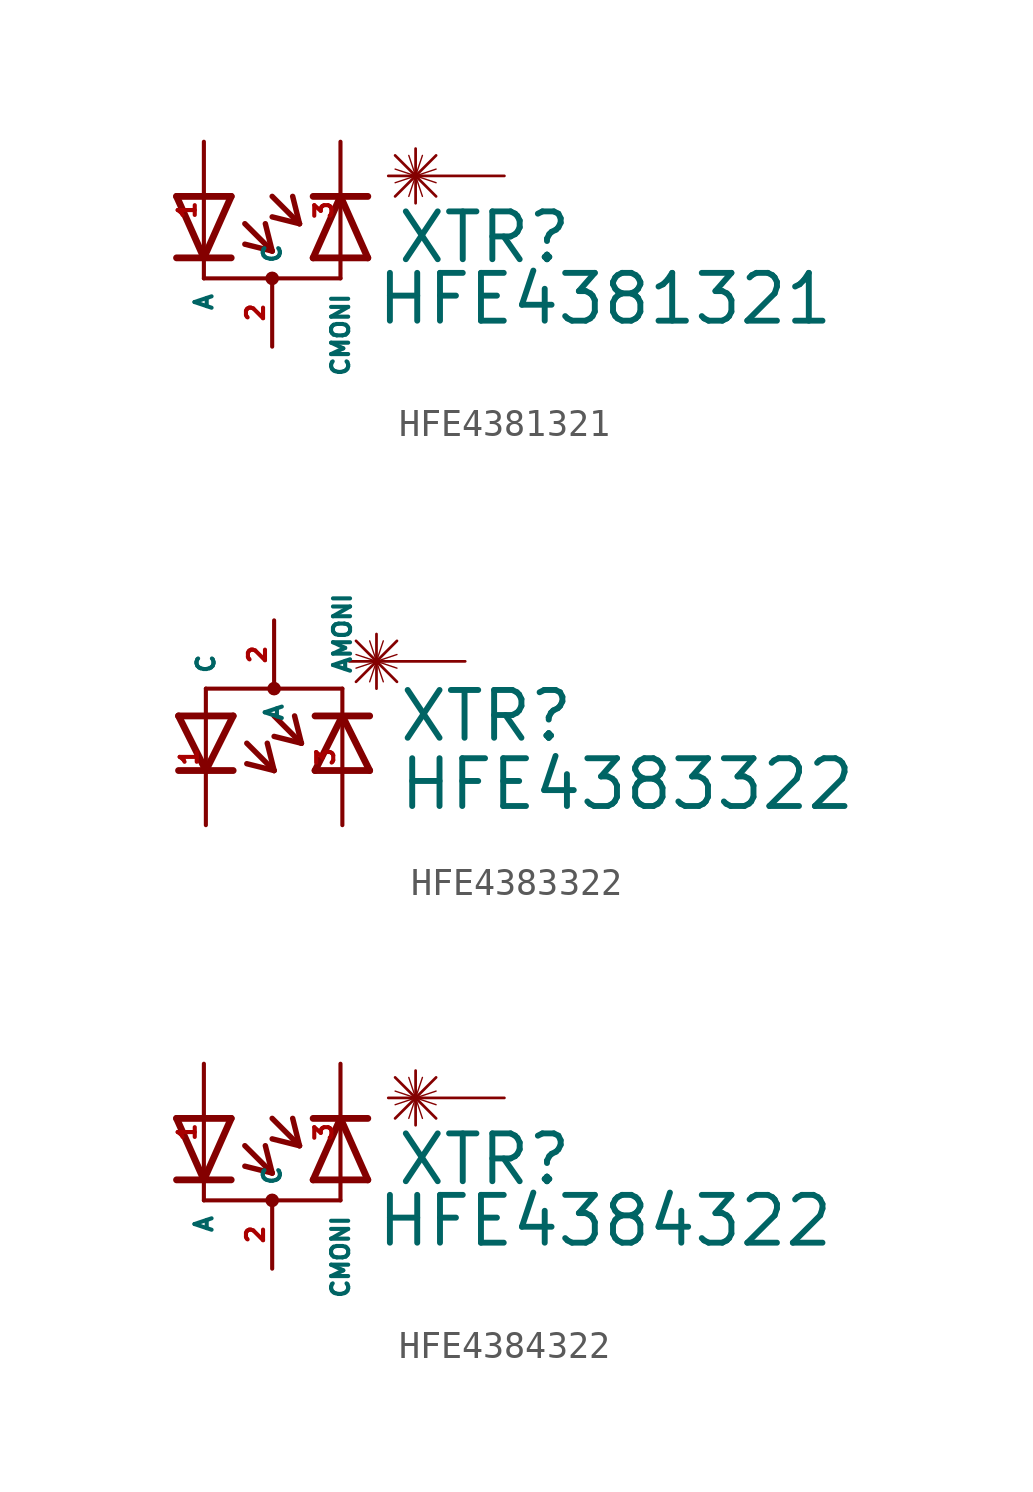
<source format=kicad_sym>
(kicad_symbol_lib
  (version 20220914)
  (generator Eagle2Kicad)
  (symbol "HFE4381321"
    (property "Reference" "XTR"
      (at 4.572 -2.057 0)
      (effects (font (size 1.778 1.778) (thickness 0.22)) (justify left bottom)))
    (property "Value" "HFE4381321"
      (at 3.81 -4.343 0)
      (effects (font (size 1.778 1.778) (thickness 0.22)) (justify left bottom)))
    (polyline
      (pts (xy -3.556 0.508) (xy -2.54 -1.778))
      (stroke (width 0.254) (type default))
      (fill (type none)))
    (polyline
      (pts (xy -2.54 -1.778) (xy -1.524 0.508))
      (stroke (width 0.254) (type default))
      (fill (type none)))
    (polyline
      (pts (xy -1.524 -1.778) (xy -2.54 -1.778))
      (stroke (width 0.254) (type default))
      (fill (type none)))
    (polyline
      (pts (xy -1.524 0.508) (xy -3.556 0.508))
      (stroke (width 0.254) (type default))
      (fill (type none)))
    (polyline
      (pts (xy -2.54 -1.778) (xy -3.556 -1.778))
      (stroke (width 0.254) (type default))
      (fill (type none)))
    (polyline
      (pts (xy 0 0.508) (xy 1.016 -0.508))
      (stroke (width 0.203) (type default))
      (fill (type none)))
    (polyline
      (pts (xy 1.016 -0.508) (xy 0 -0.254))
      (stroke (width 0.203) (type default))
      (fill (type none)))
    (polyline
      (pts (xy 1.016 -0.508) (xy 0.762 0.508))
      (stroke (width 0.203) (type default))
      (fill (type none)))
    (polyline
      (pts (xy -1.016 -0.508) (xy 0 -1.524))
      (stroke (width 0.203) (type default))
      (fill (type none)))
    (polyline
      (pts (xy 0 -1.524) (xy -1.016 -1.27))
      (stroke (width 0.203) (type default))
      (fill (type none)))
    (polyline
      (pts (xy 0 -1.524) (xy -0.254 -0.508))
      (stroke (width 0.203) (type default))
      (fill (type none)))
    (polyline
      (pts (xy 8.636 1.27) (xy 4.318 1.27))
      (stroke (width 0.102) (type default))
      (fill (type none)))
    (polyline
      (pts (xy 5.334 2.286) (xy 5.334 0.254))
      (stroke (width 0.102) (type default))
      (fill (type none)))
    (polyline
      (pts (xy 6.096 2.032) (xy 4.572 0.508))
      (stroke (width 0.102) (type default))
      (fill (type none)))
    (polyline
      (pts (xy 4.572 2.032) (xy 6.096 0.508))
      (stroke (width 0.102) (type default))
      (fill (type none)))
    (polyline
      (pts (xy 5.08 2.032) (xy 5.588 0.508))
      (stroke (width 0.051) (type default))
      (fill (type none)))
    (polyline
      (pts (xy 5.588 2.032) (xy 5.08 0.508))
      (stroke (width 0.051) (type default))
      (fill (type none)))
    (polyline
      (pts (xy 4.572 1.524) (xy 6.096 1.016))
      (stroke (width 0.051) (type default))
      (fill (type none)))
    (polyline
      (pts (xy 6.096 1.524) (xy 4.572 1.016))
      (stroke (width 0.051) (type default))
      (fill (type none)))
    (polyline
      (pts (xy 1.524 -1.778) (xy 3.556 -1.778))
      (stroke (width 0.254) (type default))
      (fill (type none)))
    (polyline
      (pts (xy 2.54 0.508) (xy 1.524 -1.778))
      (stroke (width 0.254) (type default))
      (fill (type none)))
    (polyline
      (pts (xy 3.556 -1.778) (xy 2.54 0.508))
      (stroke (width 0.254) (type default))
      (fill (type none)))
    (polyline
      (pts (xy 1.524 0.508) (xy 2.54 0.508))
      (stroke (width 0.254) (type default))
      (fill (type none)))
    (polyline
      (pts (xy 2.54 0.508) (xy 3.556 0.508))
      (stroke (width 0.254) (type default))
      (fill (type none)))
    (polyline
      (pts (xy 2.54 -2.54) (xy -2.54 -2.54))
      (stroke (width 0.152) (type default))
      (fill (type none)))
    (circle
      (center 0 -2.54)
      (radius 0.127)
      (stroke (width 0.254) (type default))
      (fill (type none)))
    (pin passive line
      (at -2.54 2.54 270)
      (length 5.08)
      (name "A" (effects (font (size 0.635 0.635) (thickness 0.08)) (justify left bottom)))
      (number "1" (effects (font (size 0.635 0.635) (thickness 0.08)) (justify left bottom))))
    (pin passive line
      (at 0 -5.08 90)
      (length 2.54)
      (name "C" (effects (font (size 0.635 0.635) (thickness 0.08)) (justify left bottom)))
      (number "2" (effects (font (size 0.635 0.635) (thickness 0.08)) (justify left bottom))))
    (pin passive line
      (at 2.54 2.54 270)
      (length 5.08)
      (name "CMONI" (effects (font (size 0.635 0.635) (thickness 0.08)) (justify left bottom)))
      (number "3" (effects (font (size 0.635 0.635) (thickness 0.08)) (justify left bottom)))))
  (symbol "HFE4383322"
    (property "Reference" "XTR"
      (at 4.572 0.483 0)
      (effects (font (size 1.778 1.778) (thickness 0.22)) (justify left bottom)))
    (property "Value" "HFE4383322"
      (at 4.572 -2.057 0)
      (effects (font (size 1.778 1.778) (thickness 0.22)) (justify left bottom)))
    (polyline
      (pts (xy -3.556 1.524) (xy -2.54 -0.508))
      (stroke (width 0.254) (type default))
      (fill (type none)))
    (polyline
      (pts (xy -2.54 -0.508) (xy -1.524 1.524))
      (stroke (width 0.254) (type default))
      (fill (type none)))
    (polyline
      (pts (xy -1.524 -0.508) (xy -2.54 -0.508))
      (stroke (width 0.254) (type default))
      (fill (type none)))
    (polyline
      (pts (xy -1.524 1.524) (xy -3.556 1.524))
      (stroke (width 0.254) (type default))
      (fill (type none)))
    (polyline
      (pts (xy -2.54 -0.508) (xy -3.556 -0.508))
      (stroke (width 0.254) (type default))
      (fill (type none)))
    (polyline
      (pts (xy 0 1.524) (xy 1.016 0.508))
      (stroke (width 0.203) (type default))
      (fill (type none)))
    (polyline
      (pts (xy 1.016 0.508) (xy 0 0.762))
      (stroke (width 0.203) (type default))
      (fill (type none)))
    (polyline
      (pts (xy 1.016 0.508) (xy 0.762 1.524))
      (stroke (width 0.203) (type default))
      (fill (type none)))
    (polyline
      (pts (xy -1.016 0.508) (xy 0 -0.508))
      (stroke (width 0.203) (type default))
      (fill (type none)))
    (polyline
      (pts (xy 0 -0.508) (xy -1.016 -0.254))
      (stroke (width 0.203) (type default))
      (fill (type none)))
    (polyline
      (pts (xy 0 -0.508) (xy -0.254 0.508))
      (stroke (width 0.203) (type default))
      (fill (type none)))
    (polyline
      (pts (xy 7.112 3.556) (xy 2.794 3.556))
      (stroke (width 0.102) (type default))
      (fill (type none)))
    (polyline
      (pts (xy 3.81 4.572) (xy 3.81 2.54))
      (stroke (width 0.102) (type default))
      (fill (type none)))
    (polyline
      (pts (xy 4.572 4.318) (xy 3.048 2.794))
      (stroke (width 0.102) (type default))
      (fill (type none)))
    (polyline
      (pts (xy 3.048 4.318) (xy 4.572 2.794))
      (stroke (width 0.102) (type default))
      (fill (type none)))
    (polyline
      (pts (xy 3.556 4.318) (xy 4.064 2.794))
      (stroke (width 0.051) (type default))
      (fill (type none)))
    (polyline
      (pts (xy 4.064 4.318) (xy 3.556 2.794))
      (stroke (width 0.051) (type default))
      (fill (type none)))
    (polyline
      (pts (xy 3.048 3.81) (xy 4.572 3.302))
      (stroke (width 0.051) (type default))
      (fill (type none)))
    (polyline
      (pts (xy 4.572 3.81) (xy 3.048 3.302))
      (stroke (width 0.051) (type default))
      (fill (type none)))
    (polyline
      (pts (xy 1.524 -0.508) (xy 3.556 -0.508))
      (stroke (width 0.254) (type default))
      (fill (type none)))
    (polyline
      (pts (xy 2.54 1.524) (xy 1.524 -0.508))
      (stroke (width 0.254) (type default))
      (fill (type none)))
    (polyline
      (pts (xy 3.556 -0.508) (xy 2.54 1.524))
      (stroke (width 0.254) (type default))
      (fill (type none)))
    (polyline
      (pts (xy 1.524 1.524) (xy 2.54 1.524))
      (stroke (width 0.254) (type default))
      (fill (type none)))
    (polyline
      (pts (xy 2.54 1.524) (xy 3.556 1.524))
      (stroke (width 0.254) (type default))
      (fill (type none)))
    (polyline
      (pts (xy 2.54 2.54) (xy -2.54 2.54))
      (stroke (width 0.152) (type default))
      (fill (type none)))
    (circle
      (center 0 2.54)
      (radius 0.127)
      (stroke (width 0.254) (type default))
      (fill (type none)))
    (pin passive line
      (at 0 5.08 270)
      (length 2.54)
      (name "A" (effects (font (size 0.635 0.635) (thickness 0.08)) (justify left bottom)))
      (number "2" (effects (font (size 0.635 0.635) (thickness 0.08)) (justify left bottom))))
    (pin passive line
      (at -2.54 -2.54 90)
      (length 5.08)
      (name "C" (effects (font (size 0.635 0.635) (thickness 0.08)) (justify left bottom)))
      (number "1" (effects (font (size 0.635 0.635) (thickness 0.08)) (justify left bottom))))
    (pin passive line
      (at 2.54 -2.54 90)
      (length 5.08)
      (name "AMONI" (effects (font (size 0.635 0.635) (thickness 0.08)) (justify left bottom)))
      (number "3" (effects (font (size 0.635 0.635) (thickness 0.08)) (justify left bottom)))))
  (symbol "HFE4384322"
    (property "Reference" "XTR"
      (at 4.572 -2.057 0)
      (effects (font (size 1.778 1.778) (thickness 0.22)) (justify left bottom)))
    (property "Value" "HFE4384322"
      (at 3.81 -4.343 0)
      (effects (font (size 1.778 1.778) (thickness 0.22)) (justify left bottom)))
    (polyline
      (pts (xy -3.556 0.508) (xy -2.54 -1.778))
      (stroke (width 0.254) (type default))
      (fill (type none)))
    (polyline
      (pts (xy -2.54 -1.778) (xy -1.524 0.508))
      (stroke (width 0.254) (type default))
      (fill (type none)))
    (polyline
      (pts (xy -1.524 -1.778) (xy -2.54 -1.778))
      (stroke (width 0.254) (type default))
      (fill (type none)))
    (polyline
      (pts (xy -1.524 0.508) (xy -3.556 0.508))
      (stroke (width 0.254) (type default))
      (fill (type none)))
    (polyline
      (pts (xy -2.54 -1.778) (xy -3.556 -1.778))
      (stroke (width 0.254) (type default))
      (fill (type none)))
    (polyline
      (pts (xy 0 0.508) (xy 1.016 -0.508))
      (stroke (width 0.203) (type default))
      (fill (type none)))
    (polyline
      (pts (xy 1.016 -0.508) (xy 0 -0.254))
      (stroke (width 0.203) (type default))
      (fill (type none)))
    (polyline
      (pts (xy 1.016 -0.508) (xy 0.762 0.508))
      (stroke (width 0.203) (type default))
      (fill (type none)))
    (polyline
      (pts (xy -1.016 -0.508) (xy 0 -1.524))
      (stroke (width 0.203) (type default))
      (fill (type none)))
    (polyline
      (pts (xy 0 -1.524) (xy -1.016 -1.27))
      (stroke (width 0.203) (type default))
      (fill (type none)))
    (polyline
      (pts (xy 0 -1.524) (xy -0.254 -0.508))
      (stroke (width 0.203) (type default))
      (fill (type none)))
    (polyline
      (pts (xy 8.636 1.27) (xy 4.318 1.27))
      (stroke (width 0.102) (type default))
      (fill (type none)))
    (polyline
      (pts (xy 5.334 2.286) (xy 5.334 0.254))
      (stroke (width 0.102) (type default))
      (fill (type none)))
    (polyline
      (pts (xy 6.096 2.032) (xy 4.572 0.508))
      (stroke (width 0.102) (type default))
      (fill (type none)))
    (polyline
      (pts (xy 4.572 2.032) (xy 6.096 0.508))
      (stroke (width 0.102) (type default))
      (fill (type none)))
    (polyline
      (pts (xy 5.08 2.032) (xy 5.588 0.508))
      (stroke (width 0.051) (type default))
      (fill (type none)))
    (polyline
      (pts (xy 5.588 2.032) (xy 5.08 0.508))
      (stroke (width 0.051) (type default))
      (fill (type none)))
    (polyline
      (pts (xy 4.572 1.524) (xy 6.096 1.016))
      (stroke (width 0.051) (type default))
      (fill (type none)))
    (polyline
      (pts (xy 6.096 1.524) (xy 4.572 1.016))
      (stroke (width 0.051) (type default))
      (fill (type none)))
    (polyline
      (pts (xy 1.524 -1.778) (xy 3.556 -1.778))
      (stroke (width 0.254) (type default))
      (fill (type none)))
    (polyline
      (pts (xy 2.54 0.508) (xy 1.524 -1.778))
      (stroke (width 0.254) (type default))
      (fill (type none)))
    (polyline
      (pts (xy 3.556 -1.778) (xy 2.54 0.508))
      (stroke (width 0.254) (type default))
      (fill (type none)))
    (polyline
      (pts (xy 1.524 0.508) (xy 2.54 0.508))
      (stroke (width 0.254) (type default))
      (fill (type none)))
    (polyline
      (pts (xy 2.54 0.508) (xy 3.556 0.508))
      (stroke (width 0.254) (type default))
      (fill (type none)))
    (polyline
      (pts (xy 2.54 -2.54) (xy -2.54 -2.54))
      (stroke (width 0.152) (type default))
      (fill (type none)))
    (circle
      (center 0 -2.54)
      (radius 0.127)
      (stroke (width 0.254) (type default))
      (fill (type none)))
    (pin passive line
      (at -2.54 2.54 270)
      (length 5.08)
      (name "A" (effects (font (size 0.635 0.635) (thickness 0.08)) (justify left bottom)))
      (number "1" (effects (font (size 0.635 0.635) (thickness 0.08)) (justify left bottom))))
    (pin passive line
      (at 0 -5.08 90)
      (length 2.54)
      (name "C" (effects (font (size 0.635 0.635) (thickness 0.08)) (justify left bottom)))
      (number "2" (effects (font (size 0.635 0.635) (thickness 0.08)) (justify left bottom))))
    (pin passive line
      (at 2.54 2.54 270)
      (length 5.08)
      (name "CMONI" (effects (font (size 0.635 0.635) (thickness 0.08)) (justify left bottom)))
      (number "3" (effects (font (size 0.635 0.635) (thickness 0.08)) (justify left bottom))))))
</source>
